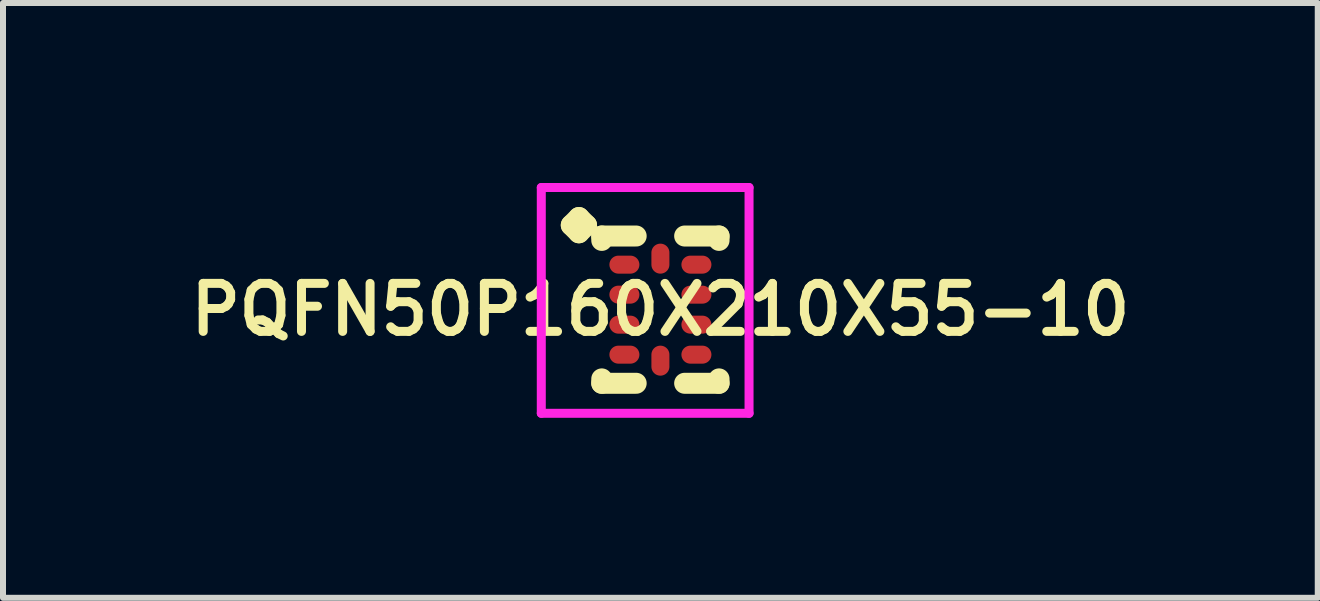
<source format=kicad_pcb>
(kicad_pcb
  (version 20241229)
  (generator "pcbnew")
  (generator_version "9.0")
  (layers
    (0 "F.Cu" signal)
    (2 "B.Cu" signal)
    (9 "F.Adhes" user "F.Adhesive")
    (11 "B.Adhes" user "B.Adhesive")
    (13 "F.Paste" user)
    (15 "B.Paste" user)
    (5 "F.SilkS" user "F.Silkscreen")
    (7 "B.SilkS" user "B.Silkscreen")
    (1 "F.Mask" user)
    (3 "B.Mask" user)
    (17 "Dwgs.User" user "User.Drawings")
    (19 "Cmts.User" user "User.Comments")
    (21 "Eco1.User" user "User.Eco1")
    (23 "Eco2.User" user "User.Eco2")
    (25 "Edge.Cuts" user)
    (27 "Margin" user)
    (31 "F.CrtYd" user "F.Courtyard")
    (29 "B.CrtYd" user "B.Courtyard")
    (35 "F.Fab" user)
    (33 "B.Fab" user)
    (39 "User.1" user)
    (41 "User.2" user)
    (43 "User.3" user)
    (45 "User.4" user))
  (footprint "PQFN50P160X210X55-10"
    (layer "F.Cu")
    (at 7.955 2.11)
    (property "Reference" "PQFN50P160X210X55-10" (at 0 0 0) (layer "F.SilkS") (effects (font (size 0.8 0.8) (thickness 0.15))))
    (attr through_hole)
    (fp_line (start -1.485 -1.408) (end -1.358 -1.535) (stroke (width 0.35) (type solid)) (layer "F.SilkS"))
    (fp_line (start -1.358 -1.535) (end -1.231 -1.408) (stroke (width 0.35) (type solid)) (layer "F.SilkS"))
    (fp_line (start -1.358 -1.281) (end -1.485 -1.408) (stroke (width 0.35) (type solid)) (layer "F.SilkS"))
    (fp_line (start -1.231 -1.408) (end -1.358 -1.281) (stroke (width 0.35) (type solid)) (layer "F.SilkS"))
    (fp_line (start -0.977 -1.227) (end -0.404 -1.227) (stroke (width 0.35) (type solid)) (layer "F.SilkS"))
    (fp_line (start -0.977 -1.154) (end -0.977 -1.227) (stroke (width 0.35) (type solid)) (layer "F.SilkS"))
    (fp_line (start -0.977 1.154) (end -0.977 1.227) (stroke (width 0.35) (type solid)) (layer "F.SilkS"))
    (fp_line (start -0.977 1.227) (end -0.404 1.227) (stroke (width 0.35) (type solid)) (layer "F.SilkS"))
    (fp_line (start 0.404 -1.227) (end 0.977 -1.227) (stroke (width 0.35) (type solid)) (layer "F.SilkS"))
    (fp_line (start 0.404 1.227) (end 0.977 1.227) (stroke (width 0.35) (type solid)) (layer "F.SilkS"))
    (fp_line (start 0.977 -1.227) (end 0.977 -1.154) (stroke (width 0.35) (type solid)) (layer "F.SilkS"))
    (fp_line (start 0.977 1.227) (end 0.977 1.154) (stroke (width 0.35) (type solid)) (layer "F.SilkS"))
    (fp_line (start -1.985 -2.035) (end 1.477 -2.035) (stroke (width 0.15) (type solid)) (layer "F.CrtYd"))
    (fp_line (start -1.985 1.727) (end -1.985 -2.035) (stroke (width 0.15) (type solid)) (layer "F.CrtYd"))
    (fp_line (start 1.477 -2.035) (end 1.477 1.727) (stroke (width 0.15) (type solid)) (layer "F.CrtYd"))
    (fp_line (start 1.477 1.727) (end -1.985 1.727) (stroke (width 0.15) (type solid)) (layer "F.CrtYd"))
    (pad "1" smd oval (at -0.6 -0.75) (size 0.5 0.3) (layers "F.Cu" "F.Mask" "F.Paste"))
    (pad "2" smd oval (at -0.6 -0.25) (size 0.5 0.3) (layers "F.Cu" "F.Mask" "F.Paste"))
    (pad "3" smd oval (at -0.6 0.25) (size 0.5 0.3) (layers "F.Cu" "F.Mask" "F.Paste"))
    (pad "4" smd oval (at -0.6 0.75) (size 0.5 0.3) (layers "F.Cu" "F.Mask" "F.Paste"))
    (pad "5" smd oval (at 0 0.85) (size 0.3 0.5) (layers "F.Cu" "F.Mask" "F.Paste"))
    (pad "6" smd oval (at 0.6 0.75) (size 0.5 0.3) (layers "F.Cu" "F.Mask" "F.Paste"))
    (pad "7" smd oval (at 0.6 0.25) (size 0.5 0.3) (layers "F.Cu" "F.Mask" "F.Paste"))
    (pad "8" smd oval (at 0.6 -0.25) (size 0.5 0.3) (layers "F.Cu" "F.Mask" "F.Paste"))
    (pad "9" smd oval (at 0.6 -0.75) (size 0.5 0.3) (layers "F.Cu" "F.Mask" "F.Paste"))
    (pad "10" smd oval (at 0 -0.85) (size 0.3 0.5) (layers "F.Cu" "F.Mask" "F.Paste")))
  (gr_rect
    (start -3 -3)
    (end 18.909 6.912)
    (stroke (width 0.1) (type default))
    (fill no)
    (layer "Edge.Cuts")))
</source>
